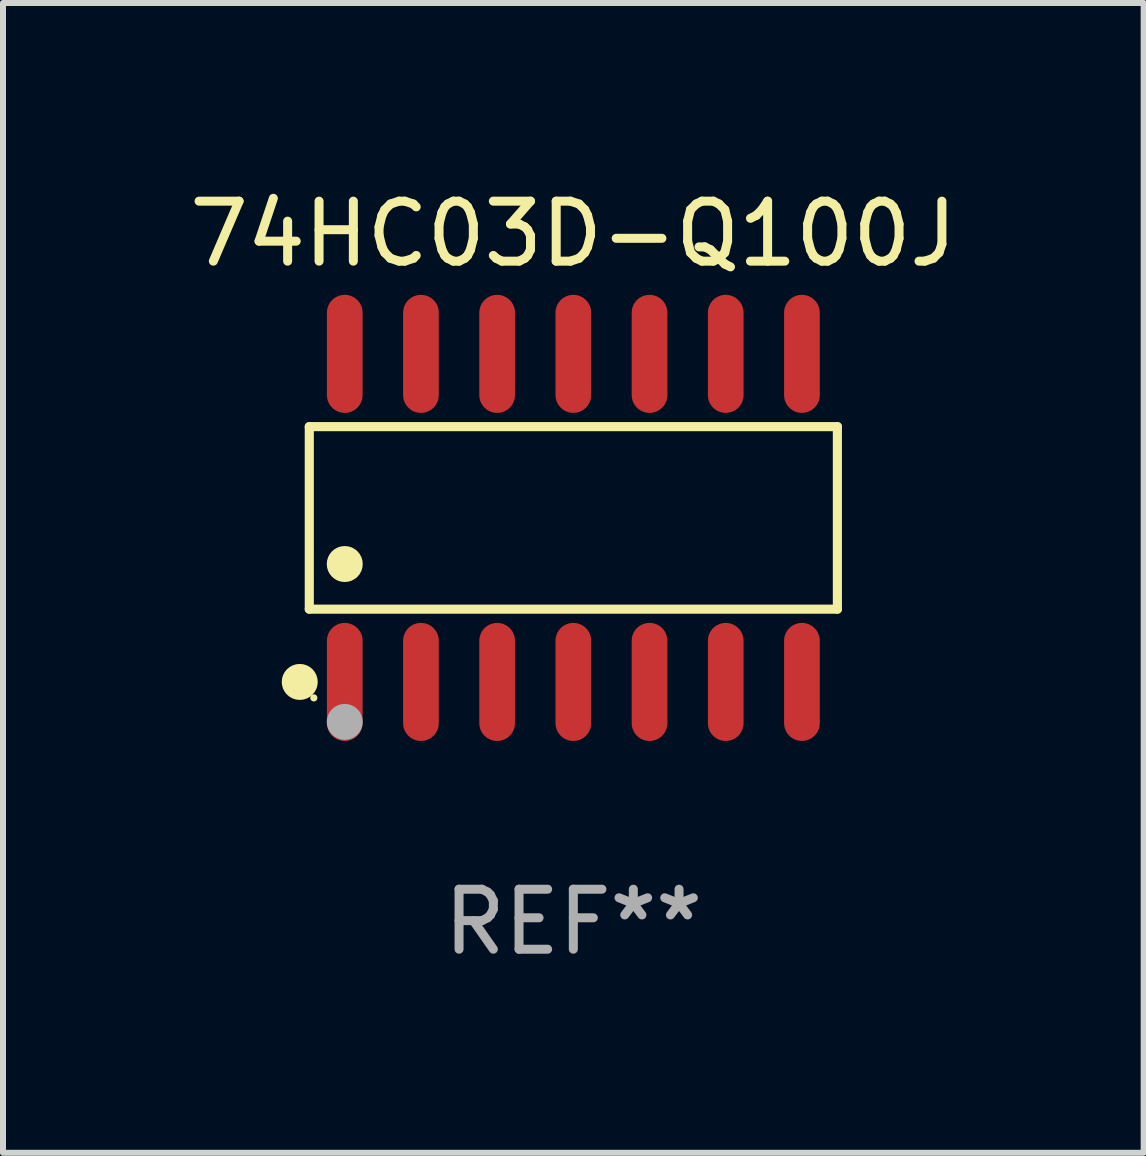
<source format=kicad_pcb>
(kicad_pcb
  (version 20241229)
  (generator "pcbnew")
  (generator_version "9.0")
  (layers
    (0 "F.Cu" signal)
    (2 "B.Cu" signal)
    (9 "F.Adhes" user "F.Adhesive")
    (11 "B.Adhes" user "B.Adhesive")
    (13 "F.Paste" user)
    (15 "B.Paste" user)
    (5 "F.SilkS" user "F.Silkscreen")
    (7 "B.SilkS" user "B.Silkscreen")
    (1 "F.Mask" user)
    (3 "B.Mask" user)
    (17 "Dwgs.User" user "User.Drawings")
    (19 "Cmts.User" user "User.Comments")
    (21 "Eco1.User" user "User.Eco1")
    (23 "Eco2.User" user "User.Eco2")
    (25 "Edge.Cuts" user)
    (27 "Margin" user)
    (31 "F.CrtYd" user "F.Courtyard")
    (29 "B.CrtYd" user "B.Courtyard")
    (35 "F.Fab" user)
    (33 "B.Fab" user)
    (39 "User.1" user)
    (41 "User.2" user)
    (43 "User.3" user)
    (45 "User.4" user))
  (footprint "74HC03D-Q100J"
    (layer "F.Cu")
    (at 6.506 5.582)
    (property "Reference" "74HC03D-Q100J" (at 0 -4.734 0) (layer "F.SilkS") (effects (font (size 1 1) (thickness 0.15))))
    (attr through_hole)
    (fp_line (start -4.401 -1.521) (end 4.401 -1.521) (stroke (width 0.152) (type solid)) (layer "F.SilkS"))
    (fp_line (start -4.401 1.521) (end -4.401 -1.521) (stroke (width 0.152) (type solid)) (layer "F.SilkS"))
    (fp_line (start 4.401 -1.521) (end 4.401 1.521) (stroke (width 0.152) (type solid)) (layer "F.SilkS"))
    (fp_line (start 4.401 1.521) (end -4.401 1.521) (stroke (width 0.152) (type solid)) (layer "F.SilkS"))
    (fp_circle (center -4.56 2.734) (end -4.41 2.734) (stroke (width 0.3) (type solid)) (fill no) (layer "F.SilkS"))
    (fp_circle (center -4.325 3) (end -4.295 3) (stroke (width 0.06) (type solid)) (fill no) (layer "F.SilkS"))
    (fp_circle (center -3.81 0.769) (end -3.66 0.769) (stroke (width 0.3) (type solid)) (fill no) (layer "F.SilkS"))
    (fp_circle (center -3.81 3.4) (end -3.66 3.4) (stroke (width 0.3) (type solid)) (fill no) (layer "F.Fab"))
    (fp_text user "REF**" (at 0 6.734 0) (layer "F.Fab") (effects (font (size 1 1) (thickness 0.15))))
    (pad "1" smd oval (at -3.81 2.734) (size 0.595 1.968) (layers "F.Cu" "F.Mask" "F.Paste"))
    (pad "2" smd oval (at -2.54 2.734) (size 0.595 1.968) (layers "F.Cu" "F.Mask" "F.Paste"))
    (pad "3" smd oval (at -1.27 2.734) (size 0.595 1.968) (layers "F.Cu" "F.Mask" "F.Paste"))
    (pad "4" smd oval (at 0 2.734) (size 0.595 1.968) (layers "F.Cu" "F.Mask" "F.Paste"))
    (pad "5" smd oval (at 1.27 2.734) (size 0.595 1.968) (layers "F.Cu" "F.Mask" "F.Paste"))
    (pad "6" smd oval (at 2.54 2.734) (size 0.595 1.968) (layers "F.Cu" "F.Mask" "F.Paste"))
    (pad "7" smd oval (at 3.81 2.734) (size 0.595 1.968) (layers "F.Cu" "F.Mask" "F.Paste"))
    (pad "8" smd oval (at 3.81 -2.734) (size 0.595 1.968) (layers "F.Cu" "F.Mask" "F.Paste"))
    (pad "9" smd oval (at 2.54 -2.734) (size 0.595 1.968) (layers "F.Cu" "F.Mask" "F.Paste"))
    (pad "10" smd oval (at 1.27 -2.734) (size 0.595 1.968) (layers "F.Cu" "F.Mask" "F.Paste"))
    (pad "11" smd oval (at 0 -2.734) (size 0.595 1.968) (layers "F.Cu" "F.Mask" "F.Paste"))
    (pad "12" smd oval (at -1.27 -2.734) (size 0.595 1.968) (layers "F.Cu" "F.Mask" "F.Paste"))
    (pad "13" smd oval (at -2.54 -2.734) (size 0.595 1.968) (layers "F.Cu" "F.Mask" "F.Paste"))
    (pad "14" smd oval (at -3.81 -2.734) (size 0.595 1.968) (layers "F.Cu" "F.Mask" "F.Paste")))
  (gr_rect
    (start -3 -3)
    (end 16.012 16.164)
    (stroke (width 0.1) (type default))
    (fill no)
    (layer "Edge.Cuts")))
</source>
